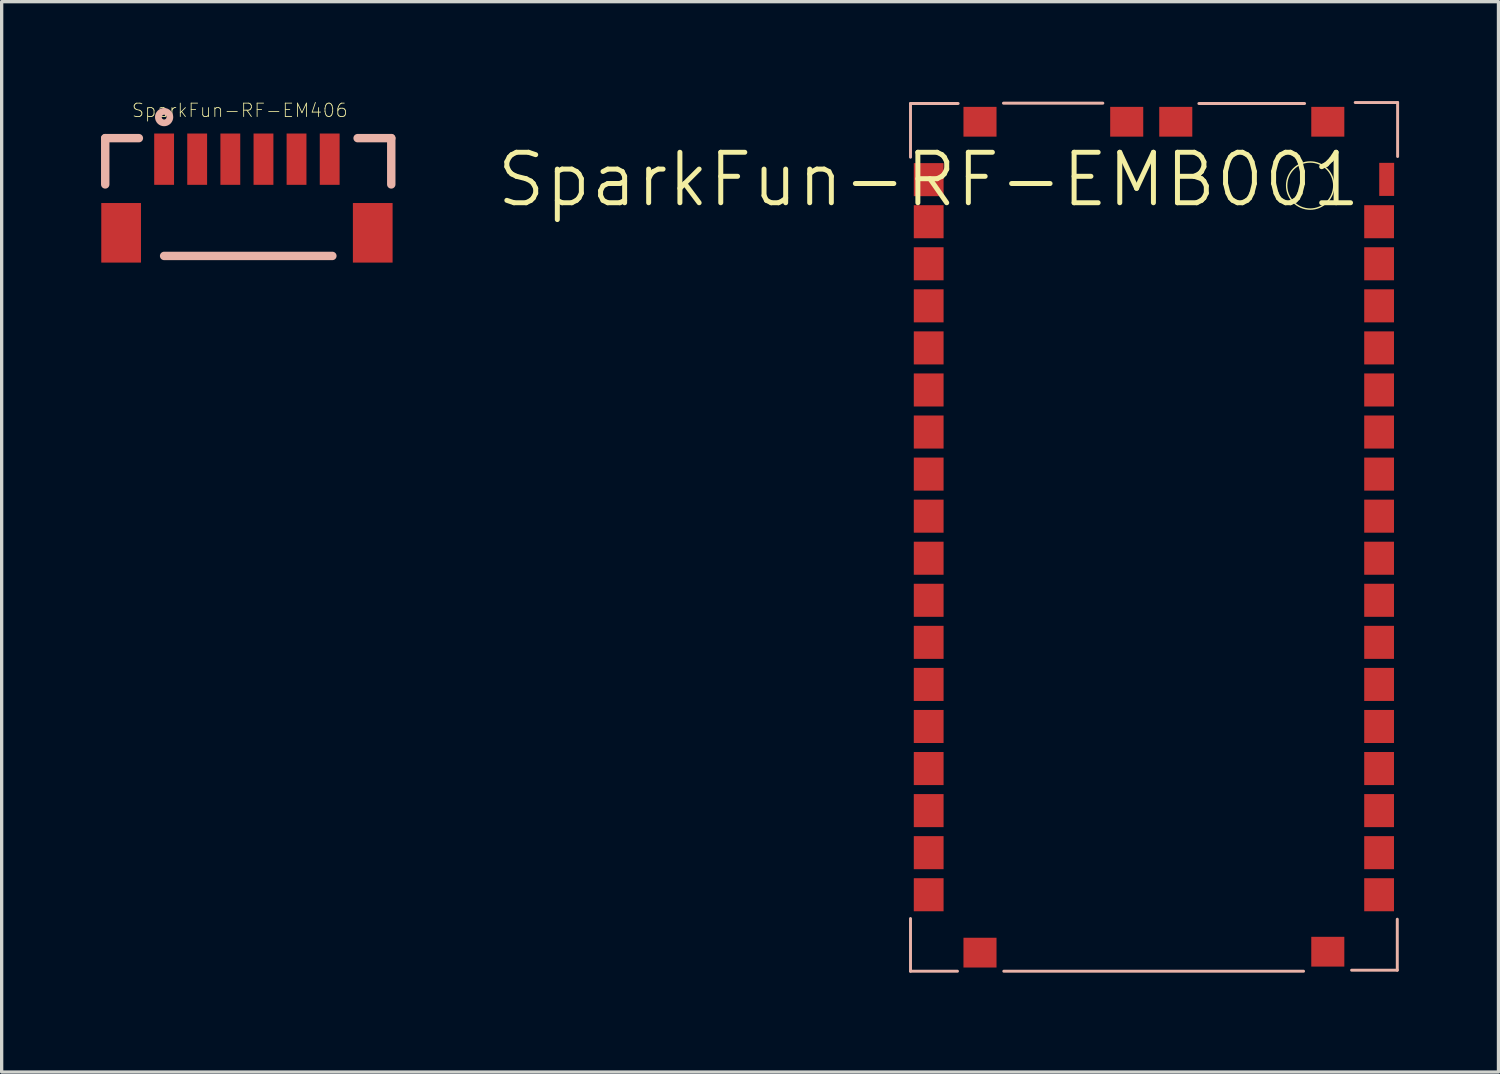
<source format=kicad_pcb>
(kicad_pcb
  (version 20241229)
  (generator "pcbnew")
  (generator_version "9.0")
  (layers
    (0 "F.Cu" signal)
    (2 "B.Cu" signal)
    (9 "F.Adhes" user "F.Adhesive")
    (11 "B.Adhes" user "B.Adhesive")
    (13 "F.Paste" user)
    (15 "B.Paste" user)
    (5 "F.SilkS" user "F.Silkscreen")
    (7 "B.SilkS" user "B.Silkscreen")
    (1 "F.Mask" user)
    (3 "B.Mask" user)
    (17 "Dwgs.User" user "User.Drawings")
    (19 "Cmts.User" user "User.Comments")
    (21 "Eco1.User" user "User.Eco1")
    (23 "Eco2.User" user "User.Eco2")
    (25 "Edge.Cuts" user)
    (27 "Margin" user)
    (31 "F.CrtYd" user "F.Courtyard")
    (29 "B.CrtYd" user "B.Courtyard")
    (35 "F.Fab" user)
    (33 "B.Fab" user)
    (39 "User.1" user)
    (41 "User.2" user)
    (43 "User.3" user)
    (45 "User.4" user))
  (footprint "SparkFun-RF-EM406"
    (layer "F.Cu")
    (at 1.905 1.756)
    (property "Reference" "SparkFun-RF-EM406" (at 2.286 -1.473 0) (layer "F.SilkS") (effects (font (size 0.406 0.406) (thickness 0.025))))
    (attr smd)
    (fp_line (start -1.778 -0.635) (end -0.762 -0.635) (stroke (width 0.254) (type solid)) (layer "B.SilkS"))
    (fp_line (start -1.778 0.762) (end -1.778 -0.635) (stroke (width 0.254) (type solid)) (layer "B.SilkS"))
    (fp_line (start 0 2.921) (end 5.08 2.921) (stroke (width 0.254) (type solid)) (layer "B.SilkS"))
    (fp_line (start 5.842 -0.635) (end 6.858 -0.635) (stroke (width 0.254) (type solid)) (layer "B.SilkS"))
    (fp_line (start 6.858 -0.635) (end 6.858 0.762) (stroke (width 0.254) (type solid)) (layer "B.SilkS"))
    (fp_circle (center 0 -1.27) (end -0.051 -1.321) (stroke (width 0.203) (type solid)) (fill no) (layer "B.SilkS"))
    (pad "1" smd rect (at 0 0) (size 0.599 1.549) (layers "F.Cu" "F.Mask" "F.Paste"))
    (pad "2" smd rect (at 0.998 0) (size 0.599 1.549) (layers "F.Cu" "F.Mask" "F.Paste"))
    (pad "3" smd rect (at 1.999 0) (size 0.599 1.549) (layers "F.Cu" "F.Mask" "F.Paste"))
    (pad "4" smd rect (at 3 0) (size 0.599 1.549) (layers "F.Cu" "F.Mask" "F.Paste"))
    (pad "5" smd rect (at 3.998 0) (size 0.599 1.549) (layers "F.Cu" "F.Mask" "F.Paste"))
    (pad "6" smd rect (at 4.999 0) (size 0.599 1.549) (layers "F.Cu" "F.Mask" "F.Paste"))
    (pad "P$1" smd rect (at -1.298 2.223) (size 1.199 1.798) (layers "F.Cu" "F.Mask" "F.Paste"))
    (pad "P$2" smd rect (at 6.299 2.223) (size 1.199 1.798) (layers "F.Cu" "F.Mask" "F.Paste")))
  (footprint "SparkFun-RF-EMB001"
    (layer "F.Cu")
    (at 24.989 2.374)
    (property "Reference" "SparkFun-RF-EMB001" (at 0 0 0) (layer "F.SilkS") (effects (font (size 1.524 1.524) (thickness 0.15))))
    (attr smd)
    (fp_circle (center 11.519 0.178) (end 12.022 0.681) (stroke (width 0.043) (type solid)) (fill no) (layer "F.SilkS"))
    (fp_line (start -0.549 -2.299) (end -0.549 -0.678) (stroke (width 0.089) (type solid)) (layer "B.SilkS"))
    (fp_line (start -0.549 22.309) (end -0.549 23.899) (stroke (width 0.089) (type solid)) (layer "B.SilkS"))
    (fp_line (start -0.549 23.899) (end 0.869 23.899) (stroke (width 0.089) (type solid)) (layer "B.SilkS"))
    (fp_line (start 0.889 -2.299) (end -0.549 -2.299) (stroke (width 0.089) (type solid)) (layer "B.SilkS"))
    (fp_line (start 2.258 -2.309) (end 5.258 -2.309) (stroke (width 0.089) (type solid)) (layer "B.SilkS"))
    (fp_line (start 2.268 23.899) (end 11.318 23.899) (stroke (width 0.089) (type solid)) (layer "B.SilkS"))
    (fp_line (start 8.158 -2.299) (end 11.349 -2.299) (stroke (width 0.089) (type solid)) (layer "B.SilkS"))
    (fp_line (start 12.769 23.868) (end 14.148 23.868) (stroke (width 0.089) (type solid)) (layer "B.SilkS"))
    (fp_line (start 12.878 -2.329) (end 14.158 -2.329) (stroke (width 0.089) (type solid)) (layer "B.SilkS"))
    (fp_line (start 14.148 23.868) (end 14.148 22.329) (stroke (width 0.089) (type solid)) (layer "B.SilkS"))
    (fp_line (start 14.158 -2.329) (end 14.158 -0.699) (stroke (width 0.089) (type solid)) (layer "B.SilkS"))
    (pad "1" smd rect (at 13.828 -0.008) (size 0.45 0.998) (layers "F.Cu" "F.Mask" "F.Paste"))
    (pad "2" smd rect (at 13.599 1.27) (size 0.899 0.998) (layers "F.Cu" "F.Mask" "F.Paste"))
    (pad "3" smd rect (at 13.599 2.54) (size 0.899 0.998) (layers "F.Cu" "F.Mask" "F.Paste"))
    (pad "4" smd rect (at 13.599 3.81) (size 0.899 0.998) (layers "F.Cu" "F.Mask" "F.Paste"))
    (pad "5" smd rect (at 13.599 5.08) (size 0.899 0.998) (layers "F.Cu" "F.Mask" "F.Paste"))
    (pad "6" smd rect (at 13.599 6.35) (size 0.899 0.998) (layers "F.Cu" "F.Mask" "F.Paste"))
    (pad "7" smd rect (at 13.599 7.62) (size 0.899 0.998) (layers "F.Cu" "F.Mask" "F.Paste"))
    (pad "8" smd rect (at 13.599 8.89) (size 0.899 0.998) (layers "F.Cu" "F.Mask" "F.Paste"))
    (pad "9" smd rect (at 13.599 10.16) (size 0.899 0.998) (layers "F.Cu" "F.Mask" "F.Paste"))
    (pad "10" smd rect (at 13.599 11.43) (size 0.899 0.998) (layers "F.Cu" "F.Mask" "F.Paste"))
    (pad "11" smd rect (at 13.599 12.7) (size 0.899 0.998) (layers "F.Cu" "F.Mask" "F.Paste"))
    (pad "12" smd rect (at 13.599 13.97) (size 0.899 0.998) (layers "F.Cu" "F.Mask" "F.Paste"))
    (pad "13" smd rect (at 13.599 15.24) (size 0.899 0.998) (layers "F.Cu" "F.Mask" "F.Paste"))
    (pad "14" smd rect (at 13.599 16.51) (size 0.899 0.998) (layers "F.Cu" "F.Mask" "F.Paste"))
    (pad "15" smd rect (at 13.599 17.78) (size 0.899 0.998) (layers "F.Cu" "F.Mask" "F.Paste"))
    (pad "16" smd rect (at 13.599 19.05) (size 0.899 0.998) (layers "F.Cu" "F.Mask" "F.Paste"))
    (pad "17" smd rect (at 13.599 20.32) (size 0.899 0.998) (layers "F.Cu" "F.Mask" "F.Paste"))
    (pad "18" smd rect (at 13.599 21.59) (size 0.899 0.998) (layers "F.Cu" "F.Mask" "F.Paste"))
    (pad "19" smd rect (at 12.05 23.31) (size 0.998 0.899) (layers "F.Cu" "F.Mask" "F.Paste"))
    (pad "20" smd rect (at 1.549 23.338) (size 0.998 0.899) (layers "F.Cu" "F.Mask" "F.Paste"))
    (pad "21" smd rect (at 0 21.59) (size 0.899 0.998) (layers "F.Cu" "F.Mask" "F.Paste"))
    (pad "22" smd rect (at 0 20.32) (size 0.899 0.998) (layers "F.Cu" "F.Mask" "F.Paste"))
    (pad "23" smd rect (at 0 19.05) (size 0.899 0.998) (layers "F.Cu" "F.Mask" "F.Paste"))
    (pad "24" smd rect (at 0 17.78) (size 0.899 0.998) (layers "F.Cu" "F.Mask" "F.Paste"))
    (pad "25" smd rect (at 0 16.51) (size 0.899 0.998) (layers "F.Cu" "F.Mask" "F.Paste"))
    (pad "26" smd rect (at 0 15.24) (size 0.899 0.998) (layers "F.Cu" "F.Mask" "F.Paste"))
    (pad "27" smd rect (at 0 13.97) (size 0.899 0.998) (layers "F.Cu" "F.Mask" "F.Paste"))
    (pad "28" smd rect (at 0 12.7) (size 0.899 0.998) (layers "F.Cu" "F.Mask" "F.Paste"))
    (pad "29" smd rect (at 0 11.43) (size 0.899 0.998) (layers "F.Cu" "F.Mask" "F.Paste"))
    (pad "30" smd rect (at 0 10.16) (size 0.899 0.998) (layers "F.Cu" "F.Mask" "F.Paste"))
    (pad "31" smd rect (at 0 8.89) (size 0.899 0.998) (layers "F.Cu" "F.Mask" "F.Paste"))
    (pad "32" smd rect (at 0 7.62) (size 0.899 0.998) (layers "F.Cu" "F.Mask" "F.Paste"))
    (pad "33" smd rect (at 0 6.35) (size 0.899 0.998) (layers "F.Cu" "F.Mask" "F.Paste"))
    (pad "34" smd rect (at 0 5.08) (size 0.899 0.998) (layers "F.Cu" "F.Mask" "F.Paste"))
    (pad "35" smd rect (at 0 3.81) (size 0.899 0.998) (layers "F.Cu" "F.Mask" "F.Paste"))
    (pad "36" smd rect (at 0 2.54) (size 0.899 0.998) (layers "F.Cu" "F.Mask" "F.Paste"))
    (pad "37" smd rect (at 0 1.27) (size 0.899 0.998) (layers "F.Cu" "F.Mask" "F.Paste"))
    (pad "38" smd rect (at 0 0) (size 0.899 0.998) (layers "F.Cu" "F.Mask" "F.Paste"))
    (pad "39" smd rect (at 1.549 -1.748) (size 0.998 0.899) (layers "F.Cu" "F.Mask" "F.Paste"))
    (pad "40" smd rect (at 5.979 -1.748) (size 0.998 0.899) (layers "F.Cu" "F.Mask" "F.Paste"))
    (pad "41" smd rect (at 7.46 -1.748) (size 0.998 0.899) (layers "F.Cu" "F.Mask" "F.Paste"))
    (pad "42" smd rect (at 12.05 -1.748) (size 0.998 0.899) (layers "F.Cu" "F.Mask" "F.Paste")))
  (gr_rect
    (start -3 -3)
    (end 42.192 29.317)
    (stroke (width 0.1) (type default))
    (fill no)
    (layer "Edge.Cuts")))
</source>
